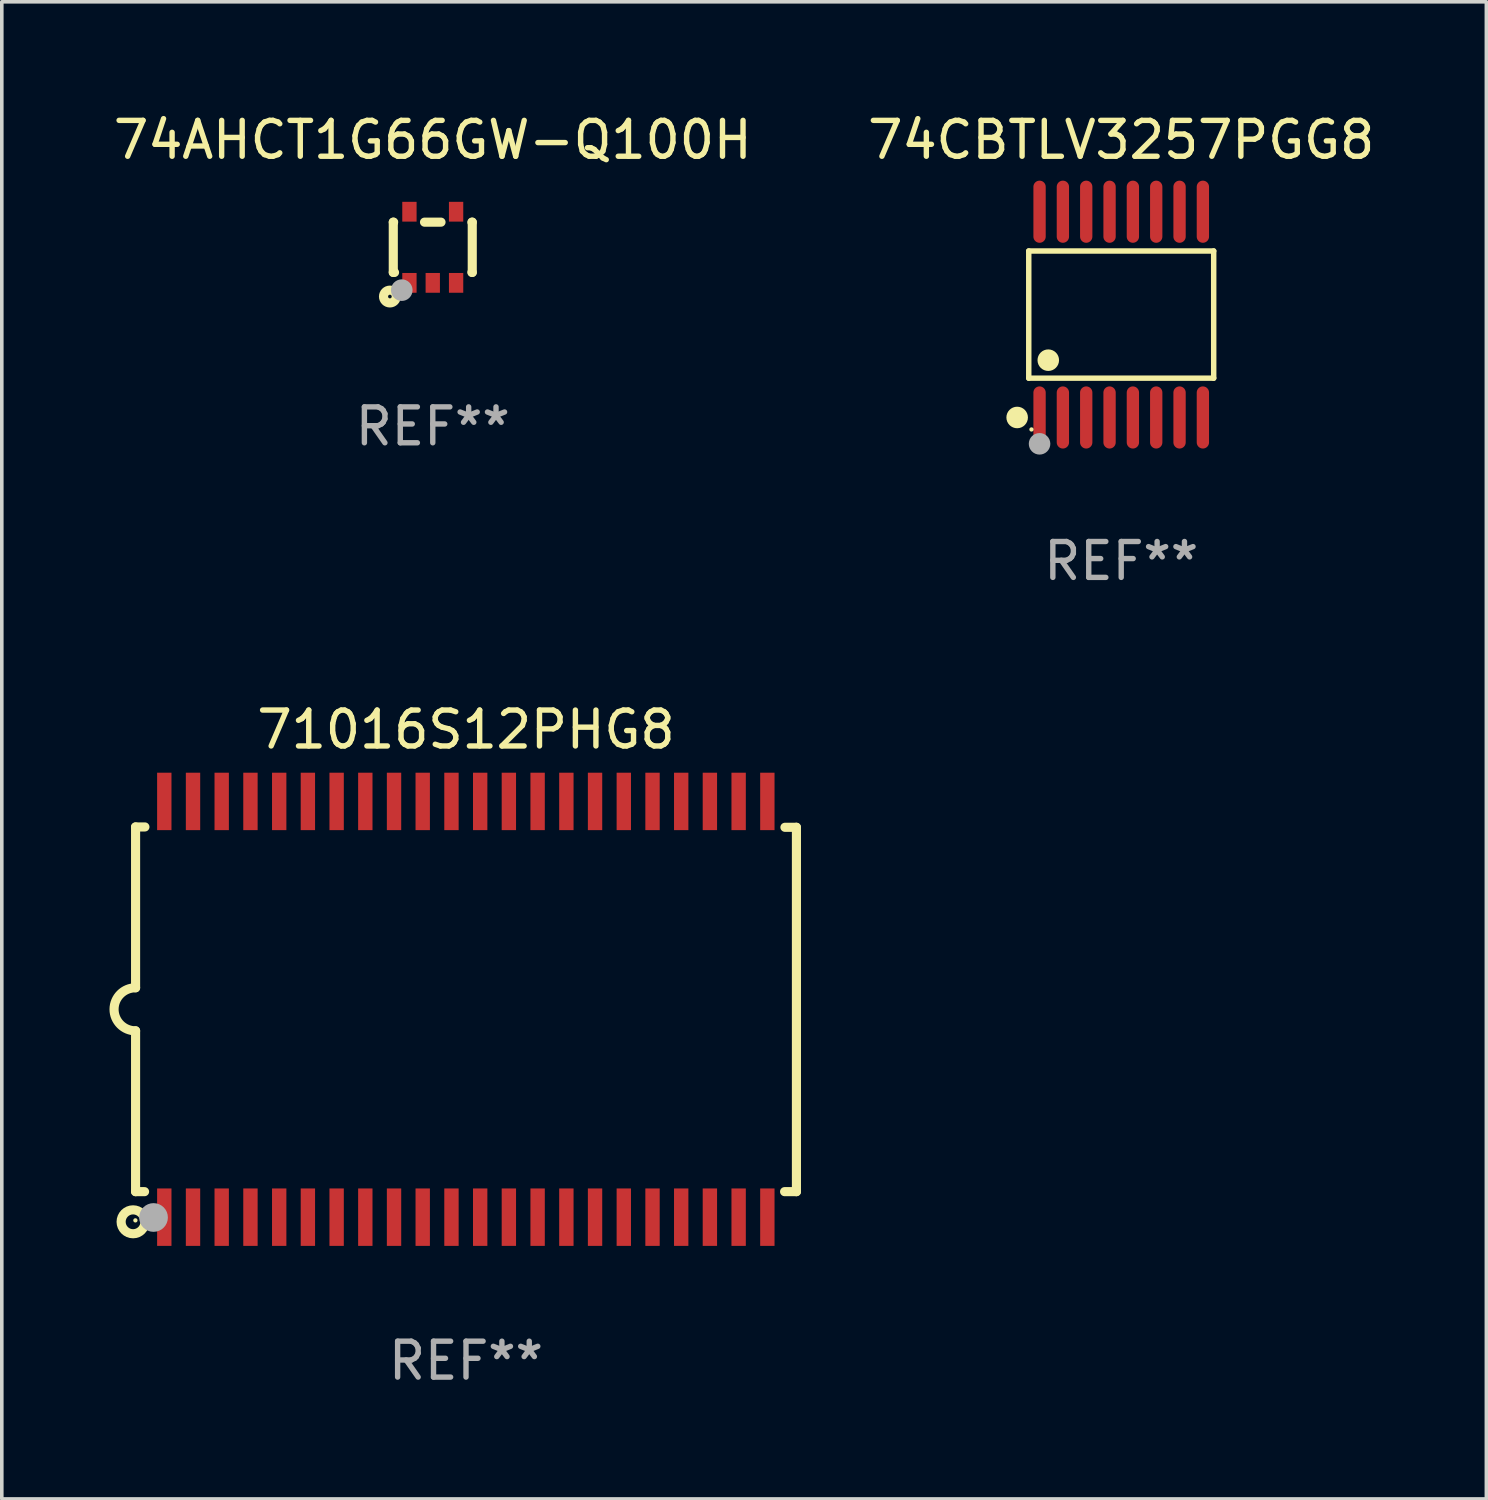
<source format=kicad_pcb>
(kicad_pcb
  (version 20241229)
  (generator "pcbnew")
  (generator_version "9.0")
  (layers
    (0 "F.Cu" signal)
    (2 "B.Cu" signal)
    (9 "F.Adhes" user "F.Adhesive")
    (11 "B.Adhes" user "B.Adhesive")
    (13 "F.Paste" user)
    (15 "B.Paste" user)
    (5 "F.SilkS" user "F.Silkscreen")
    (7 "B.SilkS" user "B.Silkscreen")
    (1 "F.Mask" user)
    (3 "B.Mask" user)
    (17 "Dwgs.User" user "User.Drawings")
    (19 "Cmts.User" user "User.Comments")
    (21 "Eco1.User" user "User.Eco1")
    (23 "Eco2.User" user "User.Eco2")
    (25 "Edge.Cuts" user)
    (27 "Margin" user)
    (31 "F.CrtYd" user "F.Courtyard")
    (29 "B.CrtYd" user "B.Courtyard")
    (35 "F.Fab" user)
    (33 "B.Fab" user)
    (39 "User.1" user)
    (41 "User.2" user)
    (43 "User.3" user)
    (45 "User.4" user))
  (footprint "74AHCT1G66GW-Q100H"
    (layer "F.Cu")
    (at 9.006 3.839)
    (property "Reference" "74AHCT1G66GW-Q100H" (at 0 -2.991 0) (layer "F.SilkS") (effects (font (size 1 1) (thickness 0.15))))
    (attr through_hole)
    (fp_line (start -1.1 -0.7) (end -1.1 0.7) (stroke (width 0.254) (type solid)) (layer "F.SilkS"))
    (fp_line (start -1.1 -0.7) (end -1.09 -0.7) (stroke (width 0.254) (type solid)) (layer "F.SilkS"))
    (fp_line (start -1.1 0.7) (end -1.065 0.7) (stroke (width 0.254) (type solid)) (layer "F.SilkS"))
    (fp_line (start -0.23 -0.7) (end 0.23 -0.7) (stroke (width 0.254) (type solid)) (layer "F.SilkS"))
    (fp_line (start 1.09 -0.7) (end 1.1 -0.7) (stroke (width 0.254) (type solid)) (layer "F.SilkS"))
    (fp_line (start 1.09 0.7) (end 1.1 0.7) (stroke (width 0.254) (type solid)) (layer "F.SilkS"))
    (fp_line (start 1.1 -0.7) (end 1.1 0.7) (stroke (width 0.254) (type solid)) (layer "F.SilkS"))
    (fp_circle (center -1.194 1.372) (end -1.143 1.372) (stroke (width 0.254) (type solid)) (fill no) (layer "F.SilkS"))
    (fp_circle (center -1.05 1.063) (end -1.02 1.063) (stroke (width 0.06) (type solid)) (fill no) (layer "F.SilkS"))
    (fp_circle (center -0.864 1.194) (end -0.713 1.194) (stroke (width 0.3) (type solid)) (fill no) (layer "F.Fab"))
    (fp_text user "REF**" (at 0 4.991 0) (layer "F.Fab") (effects (font (size 1 1) (thickness 0.15))))
    (pad "1" smd rect (at -0.65 0.991 180) (size 0.399 0.551) (layers "F.Cu" "F.Mask" "F.Paste"))
    (pad "2" smd rect (at 0 0.991 180) (size 0.399 0.551) (layers "F.Cu" "F.Mask" "F.Paste"))
    (pad "3" smd rect (at 0.65 0.991 180) (size 0.399 0.551) (layers "F.Cu" "F.Mask" "F.Paste"))
    (pad "4" smd rect (at 0.65 -0.991 180) (size 0.399 0.551) (layers "F.Cu" "F.Mask" "F.Paste"))
    (pad "5" smd rect (at -0.65 -0.991 180) (size 0.399 0.551) (layers "F.Cu" "F.Mask" "F.Paste")))
  (footprint "74CBTLV3257PGG8"
    (layer "F.Cu")
    (at 28.185 5.714)
    (property "Reference" "74CBTLV3257PGG8" (at 0 -4.866 0) (layer "F.SilkS") (effects (font (size 1 1) (thickness 0.15))))
    (attr through_hole)
    (fp_line (start -2.576 -1.772) (end 2.576 -1.772) (stroke (width 0.152) (type solid)) (layer "F.SilkS"))
    (fp_line (start -2.576 1.771) (end -2.576 -1.772) (stroke (width 0.152) (type solid)) (layer "F.SilkS"))
    (fp_line (start 2.576 -1.772) (end 2.576 1.771) (stroke (width 0.152) (type solid)) (layer "F.SilkS"))
    (fp_line (start 2.576 1.771) (end -2.576 1.771) (stroke (width 0.152) (type solid)) (layer "F.SilkS"))
    (fp_circle (center -2.899 2.866) (end -2.749 2.866) (stroke (width 0.3) (type solid)) (fill no) (layer "F.SilkS"))
    (fp_circle (center -2.5 3.2) (end -2.47 3.2) (stroke (width 0.06) (type solid)) (fill no) (layer "F.SilkS"))
    (fp_circle (center -2.032 1.27) (end -1.882 1.27) (stroke (width 0.3) (type solid)) (fill no) (layer "F.SilkS"))
    (fp_circle (center -2.275 3.6) (end -2.125 3.6) (stroke (width 0.3) (type solid)) (fill no) (layer "F.Fab"))
    (fp_text user "REF**" (at 0 6.866 0) (layer "F.Fab") (effects (font (size 1 1) (thickness 0.15))))
    (pad "1" smd oval (at -2.275 2.866) (size 0.343 1.731) (layers "F.Cu" "F.Mask" "F.Paste"))
    (pad "2" smd oval (at -1.625 2.866) (size 0.343 1.731) (layers "F.Cu" "F.Mask" "F.Paste"))
    (pad "3" smd oval (at -0.975 2.866) (size 0.343 1.731) (layers "F.Cu" "F.Mask" "F.Paste"))
    (pad "4" smd oval (at -0.325 2.866) (size 0.343 1.731) (layers "F.Cu" "F.Mask" "F.Paste"))
    (pad "5" smd oval (at 0.325 2.866) (size 0.343 1.731) (layers "F.Cu" "F.Mask" "F.Paste"))
    (pad "6" smd oval (at 0.975 2.866) (size 0.343 1.731) (layers "F.Cu" "F.Mask" "F.Paste"))
    (pad "7" smd oval (at 1.625 2.866) (size 0.343 1.731) (layers "F.Cu" "F.Mask" "F.Paste"))
    (pad "8" smd oval (at 2.275 2.866) (size 0.343 1.731) (layers "F.Cu" "F.Mask" "F.Paste"))
    (pad "9" smd oval (at 2.275 -2.866) (size 0.343 1.731) (layers "F.Cu" "F.Mask" "F.Paste"))
    (pad "10" smd oval (at 1.625 -2.866) (size 0.343 1.731) (layers "F.Cu" "F.Mask" "F.Paste"))
    (pad "11" smd oval (at 0.975 -2.866) (size 0.343 1.731) (layers "F.Cu" "F.Mask" "F.Paste"))
    (pad "12" smd oval (at 0.325 -2.866) (size 0.343 1.731) (layers "F.Cu" "F.Mask" "F.Paste"))
    (pad "13" smd oval (at -0.325 -2.866) (size 0.343 1.731) (layers "F.Cu" "F.Mask" "F.Paste"))
    (pad "14" smd oval (at -0.975 -2.866) (size 0.343 1.731) (layers "F.Cu" "F.Mask" "F.Paste"))
    (pad "15" smd oval (at -1.625 -2.866) (size 0.343 1.731) (layers "F.Cu" "F.Mask" "F.Paste"))
    (pad "16" smd oval (at -2.275 -2.866) (size 0.343 1.731) (layers "F.Cu" "F.Mask" "F.Paste")))
  (footprint "71016S12PHG8"
    (layer "F.Cu")
    (at 9.932 25.067)
    (property "Reference" "71016S12PHG8" (at 0 -7.791 0) (layer "F.SilkS") (effects (font (size 1 1) (thickness 0.15))))
    (attr through_hole)
    (fp_line (start -9.205 -5.08) (end -9.205 -0.6) (stroke (width 0.254) (type solid)) (layer "F.SilkS"))
    (fp_line (start -9.205 5.08) (end -9.205 0.6) (stroke (width 0.254) (type solid)) (layer "F.SilkS"))
    (fp_line (start -8.955 5.08) (end -9.205 5.08) (stroke (width 0.254) (type solid)) (layer "F.SilkS"))
    (fp_line (start -8.945 -5.08) (end -9.205 -5.08) (stroke (width 0.254) (type solid)) (layer "F.SilkS"))
    (fp_line (start 8.885 -5.07) (end 9.205 -5.07) (stroke (width 0.254) (type solid)) (layer "F.SilkS"))
    (fp_line (start 9.205 -5.07) (end 9.205 5.08) (stroke (width 0.254) (type solid)) (layer "F.SilkS"))
    (fp_line (start 9.205 5.08) (end 8.875 5.08) (stroke (width 0.254) (type solid)) (layer "F.SilkS"))
    (fp_arc (start -9.204978 0.6) (mid -9.804623 0.000241) (end -9.204902 -0.599442) (stroke (width 0.254001) (type solid)) (layer "F.SilkS"))
    (fp_circle (center -9.275 5.92) (end -8.942 5.92) (stroke (width 0.254) (type solid)) (fill no) (layer "F.SilkS"))
    (fp_circle (center -9.21 5.88) (end -9.18 5.88) (stroke (width 0.06) (type solid)) (fill no) (layer "F.SilkS"))
    (fp_circle (center -8.705 5.8) (end -8.505 5.8) (stroke (width 0.4) (type solid)) (fill no) (layer "F.Fab"))
    (fp_text user "REF**" (at 0 9.791 0) (layer "F.Fab") (effects (font (size 1 1) (thickness 0.15))))
    (pad "1" smd rect (at -8.405 5.791) (size 0.4 1.6) (layers "F.Cu" "F.Mask" "F.Paste"))
    (pad "2" smd rect (at -7.605 5.791) (size 0.4 1.6) (layers "F.Cu" "F.Mask" "F.Paste"))
    (pad "3" smd rect (at -6.806 5.791) (size 0.4 1.6) (layers "F.Cu" "F.Mask" "F.Paste"))
    (pad "4" smd rect (at -6.005 5.791) (size 0.4 1.6) (layers "F.Cu" "F.Mask" "F.Paste"))
    (pad "5" smd rect (at -5.204 5.791) (size 0.4 1.6) (layers "F.Cu" "F.Mask" "F.Paste"))
    (pad "6" smd rect (at -4.405 5.791) (size 0.4 1.6) (layers "F.Cu" "F.Mask" "F.Paste"))
    (pad "7" smd rect (at -3.604 5.791) (size 0.4 1.6) (layers "F.Cu" "F.Mask" "F.Paste"))
    (pad "8" smd rect (at -2.805 5.791) (size 0.4 1.6) (layers "F.Cu" "F.Mask" "F.Paste"))
    (pad "9" smd rect (at -2.005 5.791) (size 0.4 1.6) (layers "F.Cu" "F.Mask" "F.Paste"))
    (pad "10" smd rect (at -1.206 5.791) (size 0.4 1.6) (layers "F.Cu" "F.Mask" "F.Paste"))
    (pad "11" smd rect (at -0.405 5.791) (size 0.4 1.6) (layers "F.Cu" "F.Mask" "F.Paste"))
    (pad "12" smd rect (at 0.395 5.791) (size 0.4 1.6) (layers "F.Cu" "F.Mask" "F.Paste"))
    (pad "13" smd rect (at 1.194 5.791) (size 0.4 1.6) (layers "F.Cu" "F.Mask" "F.Paste"))
    (pad "14" smd rect (at 1.995 5.791) (size 0.4 1.6) (layers "F.Cu" "F.Mask" "F.Paste"))
    (pad "15" smd rect (at 2.796 5.791) (size 0.4 1.6) (layers "F.Cu" "F.Mask" "F.Paste"))
    (pad "16" smd rect (at 3.595 5.791) (size 0.4 1.6) (layers "F.Cu" "F.Mask" "F.Paste"))
    (pad "17" smd rect (at 4.396 5.791) (size 0.4 1.6) (layers "F.Cu" "F.Mask" "F.Paste"))
    (pad "18" smd rect (at 5.196 5.791) (size 0.4 1.6) (layers "F.Cu" "F.Mask" "F.Paste"))
    (pad "19" smd rect (at 5.995 5.791) (size 0.4 1.6) (layers "F.Cu" "F.Mask" "F.Paste"))
    (pad "20" smd rect (at 6.794 5.791) (size 0.4 1.6) (layers "F.Cu" "F.Mask" "F.Paste"))
    (pad "21" smd rect (at 7.595 5.791) (size 0.4 1.6) (layers "F.Cu" "F.Mask" "F.Paste"))
    (pad "22" smd rect (at 8.395 5.791) (size 0.4 1.6) (layers "F.Cu" "F.Mask" "F.Paste"))
    (pad "23" smd rect (at 8.395 -5.791) (size 0.4 1.6) (layers "F.Cu" "F.Mask" "F.Paste"))
    (pad "24" smd rect (at 7.595 -5.791) (size 0.4 1.6) (layers "F.Cu" "F.Mask" "F.Paste"))
    (pad "25" smd rect (at 6.794 -5.791) (size 0.4 1.6) (layers "F.Cu" "F.Mask" "F.Paste"))
    (pad "26" smd rect (at 5.995 -5.791) (size 0.4 1.6) (layers "F.Cu" "F.Mask" "F.Paste"))
    (pad "27" smd rect (at 5.196 -5.791) (size 0.4 1.6) (layers "F.Cu" "F.Mask" "F.Paste"))
    (pad "28" smd rect (at 4.396 -5.791) (size 0.4 1.6) (layers "F.Cu" "F.Mask" "F.Paste"))
    (pad "29" smd rect (at 3.595 -5.791) (size 0.4 1.6) (layers "F.Cu" "F.Mask" "F.Paste"))
    (pad "30" smd rect (at 2.796 -5.791) (size 0.4 1.6) (layers "F.Cu" "F.Mask" "F.Paste"))
    (pad "31" smd rect (at 1.995 -5.791) (size 0.4 1.6) (layers "F.Cu" "F.Mask" "F.Paste"))
    (pad "32" smd rect (at 1.194 -5.791) (size 0.4 1.6) (layers "F.Cu" "F.Mask" "F.Paste"))
    (pad "33" smd rect (at 0.395 -5.791) (size 0.4 1.6) (layers "F.Cu" "F.Mask" "F.Paste"))
    (pad "34" smd rect (at -0.405 -5.791) (size 0.4 1.6) (layers "F.Cu" "F.Mask" "F.Paste"))
    (pad "35" smd rect (at -1.206 -5.791) (size 0.4 1.6) (layers "F.Cu" "F.Mask" "F.Paste"))
    (pad "36" smd rect (at -2.005 -5.791) (size 0.4 1.6) (layers "F.Cu" "F.Mask" "F.Paste"))
    (pad "37" smd rect (at -2.805 -5.791) (size 0.4 1.6) (layers "F.Cu" "F.Mask" "F.Paste"))
    (pad "38" smd rect (at -3.604 -5.791) (size 0.4 1.6) (layers "F.Cu" "F.Mask" "F.Paste"))
    (pad "39" smd rect (at -4.405 -5.791) (size 0.4 1.6) (layers "F.Cu" "F.Mask" "F.Paste"))
    (pad "40" smd rect (at -5.204 -5.791) (size 0.4 1.6) (layers "F.Cu" "F.Mask" "F.Paste"))
    (pad "41" smd rect (at -6.005 -5.791) (size 0.4 1.6) (layers "F.Cu" "F.Mask" "F.Paste"))
    (pad "42" smd rect (at -6.806 -5.791) (size 0.4 1.6) (layers "F.Cu" "F.Mask" "F.Paste"))
    (pad "43" smd rect (at -7.605 -5.791) (size 0.4 1.6) (layers "F.Cu" "F.Mask" "F.Paste"))
    (pad "44" smd rect (at -8.405 -5.791) (size 0.4 1.6) (layers "F.Cu" "F.Mask" "F.Paste")))
  (gr_rect
    (start -3 -3)
    (end 38.357 38.707)
    (stroke (width 0.1) (type default))
    (fill no)
    (layer "Edge.Cuts")))
</source>
